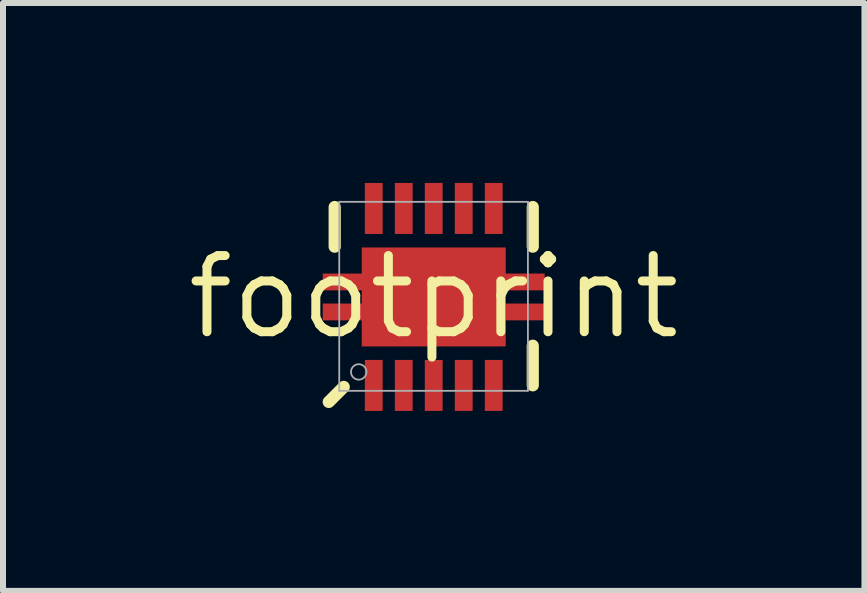
<source format=kicad_pcb>
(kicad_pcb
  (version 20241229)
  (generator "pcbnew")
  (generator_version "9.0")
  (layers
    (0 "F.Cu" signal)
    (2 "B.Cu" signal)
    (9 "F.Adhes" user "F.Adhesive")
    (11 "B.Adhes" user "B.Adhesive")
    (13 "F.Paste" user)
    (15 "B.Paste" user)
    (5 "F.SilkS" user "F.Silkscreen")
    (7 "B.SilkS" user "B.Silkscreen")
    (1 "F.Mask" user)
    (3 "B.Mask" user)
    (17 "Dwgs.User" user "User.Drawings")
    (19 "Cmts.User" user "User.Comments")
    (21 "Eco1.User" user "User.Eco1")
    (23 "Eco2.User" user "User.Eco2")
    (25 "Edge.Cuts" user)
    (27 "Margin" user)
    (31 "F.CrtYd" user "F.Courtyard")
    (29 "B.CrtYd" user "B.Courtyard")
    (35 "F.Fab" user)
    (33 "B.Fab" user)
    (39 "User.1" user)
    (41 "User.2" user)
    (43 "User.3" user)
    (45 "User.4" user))
  (footprint "footprint"
    (layer "F.Cu")
    (at 4.18 1.9)
    (property "Reference" "footprint" (at 0 0 0) (layer "F.SilkS") (effects (font (size 1.27 1.27) (thickness 0.15))))
    (fp_line (start -1.75 1.75) (end -1.5 1.5) (stroke (width 0.203) (type solid)) (layer "F.SilkS"))
    (fp_line (start -1.651 -1.499) (end -1.651 -0.838) (stroke (width 0.203) (type solid)) (layer "F.SilkS"))
    (fp_line (start 1.651 -1.499) (end 1.651 -0.838) (stroke (width 0.203) (type solid)) (layer "F.SilkS"))
    (fp_line (start 1.651 0.813) (end 1.651 1.473) (stroke (width 0.203) (type solid)) (layer "F.SilkS"))
    (fp_poly (pts (xy -1.194 0.432) (xy 1.194 0.432) (xy 1.194 -0.432) (xy -1.194 -0.432)) (stroke (width 0) (type solid)) (fill yes) (layer "F.Paste"))
    (fp_poly (pts (xy -1.125 -1.074) (xy -0.876 -1.074) (xy -0.876 -1.88) (xy -1.125 -1.88)) (stroke (width 0) (type solid)) (fill yes) (layer "F.Paste"))
    (fp_poly (pts (xy -1.125 1.877) (xy -0.876 1.877) (xy -0.876 1.072) (xy -1.125 1.072)) (stroke (width 0) (type solid)) (fill yes) (layer "F.Paste"))
    (fp_poly (pts (xy -0.625 -1.072) (xy -0.376 -1.072) (xy -0.376 -1.877) (xy -0.625 -1.877)) (stroke (width 0) (type solid)) (fill yes) (layer "F.Paste"))
    (fp_poly (pts (xy -0.625 -1.072) (xy -0.376 -1.072) (xy -0.376 -1.877) (xy -0.625 -1.877)) (stroke (width 0) (type solid)) (fill yes) (layer "F.Paste"))
    (fp_poly (pts (xy -0.625 1.88) (xy -0.376 1.88) (xy -0.376 1.074) (xy -0.625 1.074)) (stroke (width 0) (type solid)) (fill yes) (layer "F.Paste"))
    (fp_poly (pts (xy -0.124 -1.069) (xy 0.124 -1.069) (xy 0.124 -1.875) (xy -0.124 -1.875)) (stroke (width 0) (type solid)) (fill yes) (layer "F.Paste"))
    (fp_poly (pts (xy -0.124 1.877) (xy 0.124 1.877) (xy 0.124 1.072) (xy -0.124 1.072)) (stroke (width 0) (type solid)) (fill yes) (layer "F.Paste"))
    (fp_poly (pts (xy 0.376 -1.072) (xy 0.625 -1.072) (xy 0.625 -1.877) (xy 0.376 -1.877)) (stroke (width 0) (type solid)) (fill yes) (layer "F.Paste"))
    (fp_poly (pts (xy 0.376 1.872) (xy 0.625 1.872) (xy 0.625 1.067) (xy 0.376 1.067)) (stroke (width 0) (type solid)) (fill yes) (layer "F.Paste"))
    (fp_poly (pts (xy 0.876 1.877) (xy 1.125 1.877) (xy 1.125 1.072) (xy 0.876 1.072)) (stroke (width 0) (type solid)) (fill yes) (layer "F.Paste"))
    (fp_poly (pts (xy 0.879 -1.074) (xy 1.128 -1.074) (xy 1.128 -1.88) (xy 0.879 -1.88)) (stroke (width 0) (type solid)) (fill yes) (layer "F.Paste"))
    (fp_line (start -1.575 -1.585) (end 1.57 -1.585) (stroke (width 0.03) (type solid)) (layer "F.Fab"))
    (fp_line (start -1.575 1.565) (end -1.575 -1.585) (stroke (width 0.03) (type solid)) (layer "F.Fab"))
    (fp_line (start 1.57 -1.585) (end 1.57 1.565) (stroke (width 0.03) (type solid)) (layer "F.Fab"))
    (fp_line (start 1.57 1.565) (end -1.575 1.565) (stroke (width 0.03) (type solid)) (layer "F.Fab"))
    (fp_circle (center -1.25 1.25) (end -1.121 1.25) (stroke (width 0.03) (type solid)) (fill no) (layer "F.Fab"))
    (pad "1" smd rect (at -1 1.475 90) (size 0.85 0.297) (layers "F.Cu" "F.Mask"))
    (pad "2" smd rect (at -0.5 1.475 90) (size 0.85 0.297) (layers "F.Cu" "F.Mask"))
    (pad "3" smd rect (at 0 1.475 90) (size 0.85 0.297) (layers "F.Cu" "F.Mask"))
    (pad "4" smd rect (at 0.5 1.475 90) (size 0.85 0.297) (layers "F.Cu" "F.Mask"))
    (pad "5" smd rect (at 1 1.475 90) (size 0.85 0.297) (layers "F.Cu" "F.Mask"))
    (pad "6" smd rect (at 1 -1.475 90) (size 0.85 0.297) (layers "F.Cu" "F.Mask"))
    (pad "7" smd rect (at 0.5 -1.475 90) (size 0.85 0.297) (layers "F.Cu" "F.Mask"))
    (pad "8" smd rect (at 0 -1.475 90) (size 0.85 0.297) (layers "F.Cu" "F.Mask"))
    (pad "9" smd rect (at -0.5 -1.475 90) (size 0.85 0.297) (layers "F.Cu" "F.Mask"))
    (pad "10" smd rect (at -1 -1.475 90) (size 0.85 0.297) (layers "F.Cu" "F.Mask"))
    (pad "11" smd rect (at -1.5 -0.25 180) (size 0.7 0.28) (layers "F.Cu" "F.Mask" "F.Paste"))
    (pad "12" smd rect (at -1.5 0.25 180) (size 0.7 0.28) (layers "F.Cu" "F.Mask" "F.Paste"))
    (pad "13" smd rect (at 1.5 -0.25 180) (size 0.7 0.28) (layers "F.Cu" "F.Mask" "F.Paste"))
    (pad "14" smd rect (at 1.5 0.25 180) (size 0.7 0.28) (layers "F.Cu" "F.Mask" "F.Paste"))
    (pad "15" smd rect (at 0 0 90) (size 1.65 2.4) (layers "F.Cu" "F.Mask")))
  (gr_rect
    (start -3 -3)
    (end 11.36 6.8)
    (stroke (width 0.1) (type default))
    (fill no)
    (layer "Edge.Cuts")))
</source>
